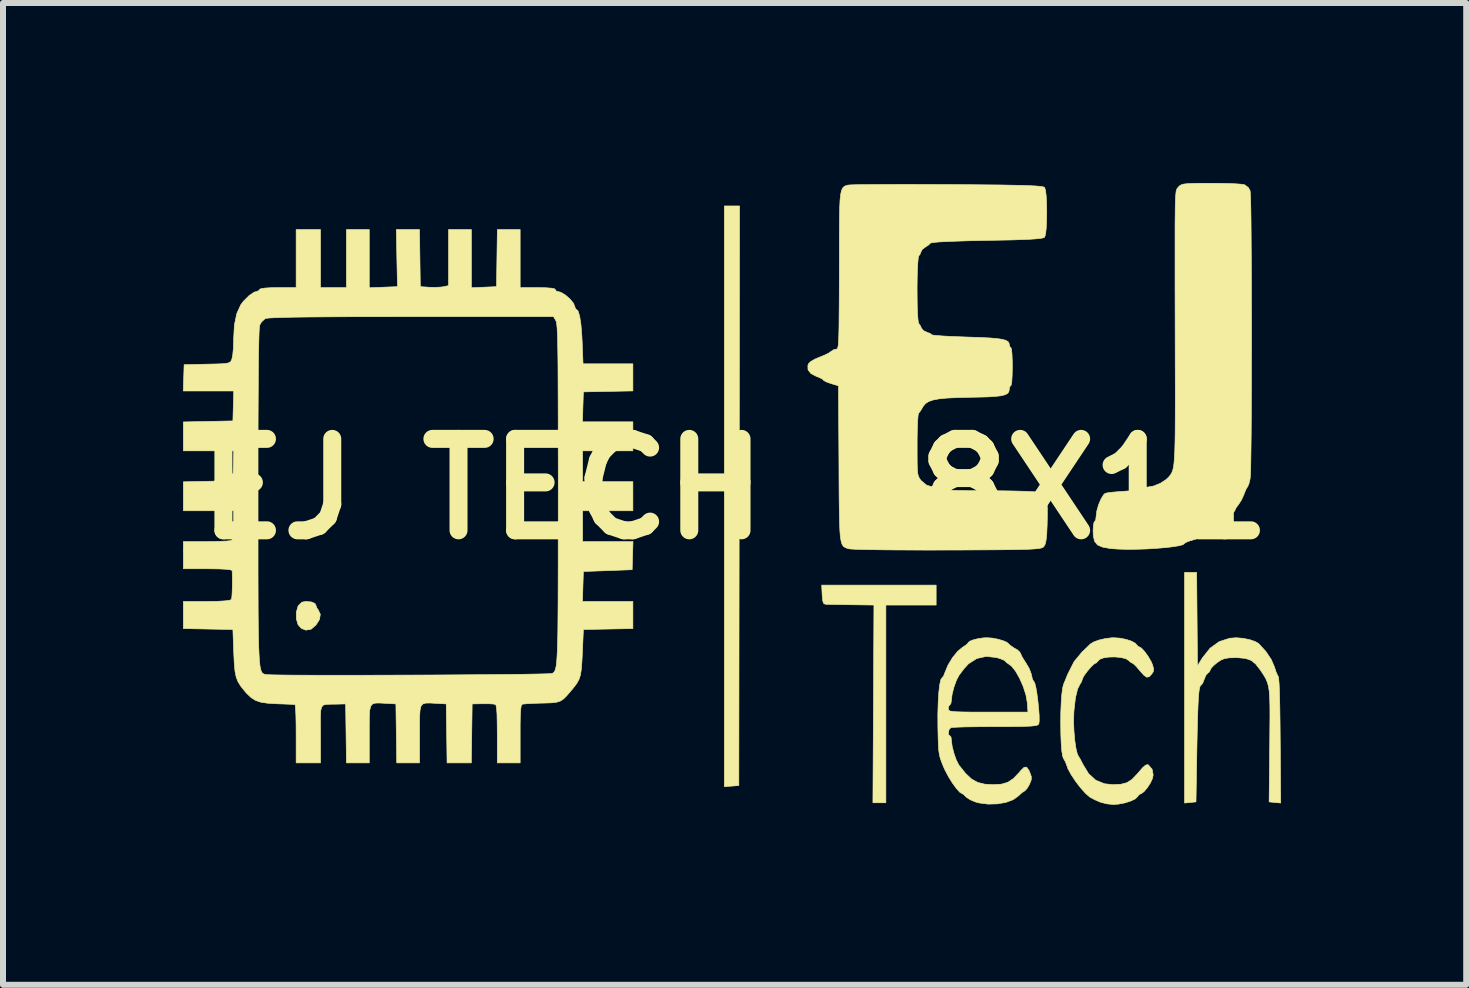
<source format=kicad_pcb>
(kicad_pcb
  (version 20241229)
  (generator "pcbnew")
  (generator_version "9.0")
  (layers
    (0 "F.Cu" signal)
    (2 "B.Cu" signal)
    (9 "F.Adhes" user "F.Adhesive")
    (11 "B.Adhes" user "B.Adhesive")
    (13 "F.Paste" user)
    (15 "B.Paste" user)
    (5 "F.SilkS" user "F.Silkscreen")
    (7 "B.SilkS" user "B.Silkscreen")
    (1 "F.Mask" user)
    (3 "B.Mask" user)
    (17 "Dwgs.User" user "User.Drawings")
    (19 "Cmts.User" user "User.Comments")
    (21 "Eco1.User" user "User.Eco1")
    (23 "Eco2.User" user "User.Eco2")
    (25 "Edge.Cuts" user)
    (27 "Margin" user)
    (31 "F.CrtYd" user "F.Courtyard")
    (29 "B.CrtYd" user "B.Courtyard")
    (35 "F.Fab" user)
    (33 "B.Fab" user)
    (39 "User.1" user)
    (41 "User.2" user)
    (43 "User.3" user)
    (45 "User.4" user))
  (footprint "EJ TECH 18X11"
    (layer "F.Cu")
    (at 9.201 5.1)
    (property "Reference" "EJ TECH 18X11" (at 0 0 0) (layer "F.SilkS") (effects (font (size 1.524 1.524) (thickness 0.3))))
    (attr through_hole)
    (fp_poly (pts (xy 0.07 0.113) (xy 0.064 4.944) (xy -0.178 4.962) (xy -0.178 -4.717) (xy 0.076 -4.717) (xy 0.07 0.113)) (stroke (width 0.01) (type solid)) (fill yes) (layer "F.SilkS"))
    (fp_poly (pts (xy -7.057 1.884) (xy -7 1.91) (xy -6.985 1.941) (xy -6.969 1.984) (xy -6.947 2.015) (xy -6.912 2.09) (xy -6.926 2.176) (xy -6.984 2.267) (xy -7.067 2.339) (xy -7.153 2.353) (xy -7.23 2.323) (xy -7.283 2.262) (xy -7.311 2.167) (xy -7.313 2.059) (xy -7.285 1.959) (xy -7.276 1.942) (xy -7.218 1.887) (xy -7.151 1.875) (xy -7.057 1.884)) (stroke (width 0.01) (type solid)) (fill yes) (layer "F.SilkS"))
    (fp_poly (pts (xy 3.353 1.935) (xy 2.515 1.935) (xy 2.515 5.231) (xy 2.299 5.231) (xy 2.308 3.583) (xy 2.316 1.935) (xy 1.939 1.93) (xy 1.802 1.928) (xy 1.68 1.926) (xy 1.584 1.924) (xy 1.523 1.923) (xy 1.511 1.922) (xy 1.481 1.911) (xy 1.464 1.873) (xy 1.455 1.794) (xy 1.453 1.761) (xy 1.445 1.603) (xy 3.353 1.603) (xy 3.353 1.935)) (stroke (width 0.01) (type solid)) (fill yes) (layer "F.SilkS"))
    (fp_poly (pts (xy 7.709 2.948) (xy 7.789 2.818) (xy 7.919 2.654) (xy 8.072 2.544) (xy 8.248 2.488) (xy 8.357 2.48) (xy 8.47 2.49) (xy 8.583 2.513) (xy 8.676 2.546) (xy 8.729 2.578) (xy 8.848 2.708) (xy 8.938 2.842) (xy 8.992 2.967) (xy 8.992 2.967) (xy 9.019 3.051) (xy 9.045 3.109) (xy 9.054 3.121) (xy 9.062 3.158) (xy 9.07 3.254) (xy 9.076 3.408) (xy 9.081 3.618) (xy 9.085 3.883) (xy 9.088 4.189) (xy 9.096 5.235) (xy 8.999 5.226) (xy 8.903 5.216) (xy 8.913 4.278) (xy 8.915 4.005) (xy 8.917 3.784) (xy 8.916 3.61) (xy 8.912 3.473) (xy 8.904 3.367) (xy 8.891 3.284) (xy 8.871 3.217) (xy 8.845 3.158) (xy 8.811 3.1) (xy 8.768 3.035) (xy 8.753 3.013) (xy 8.679 2.918) (xy 8.603 2.857) (xy 8.51 2.825) (xy 8.386 2.813) (xy 8.341 2.812) (xy 8.234 2.815) (xy 8.158 2.828) (xy 8.096 2.854) (xy 8.035 2.895) (xy 7.972 2.949) (xy 7.932 2.995) (xy 7.925 3.013) (xy 7.904 3.053) (xy 7.885 3.066) (xy 7.85 3.105) (xy 7.82 3.175) (xy 7.82 3.175) (xy 7.796 3.238) (xy 7.774 3.266) (xy 7.773 3.266) (xy 7.758 3.276) (xy 7.745 3.311) (xy 7.734 3.375) (xy 7.725 3.474) (xy 7.718 3.613) (xy 7.711 3.797) (xy 7.705 4.031) (xy 7.699 4.321) (xy 7.699 4.324) (xy 7.684 5.216) (xy 7.493 5.235) (xy 7.493 1.391) (xy 7.695 1.391) (xy 7.709 2.948)) (stroke (width 0.01) (type solid)) (fill yes) (layer "F.SilkS"))
    (fp_poly (pts (xy 6.417 2.487) (xy 6.521 2.508) (xy 6.611 2.538) (xy 6.672 2.572) (xy 6.688 2.59) (xy 6.722 2.627) (xy 6.736 2.631) (xy 6.776 2.654) (xy 6.83 2.713) (xy 6.887 2.792) (xy 6.936 2.876) (xy 6.958 2.926) (xy 6.978 2.998) (xy 6.972 3.046) (xy 6.946 3.085) (xy 6.904 3.13) (xy 6.864 3.138) (xy 6.816 3.105) (xy 6.748 3.029) (xy 6.744 3.024) (xy 6.686 2.957) (xy 6.64 2.913) (xy 6.622 2.903) (xy 6.588 2.884) (xy 6.566 2.862) (xy 6.514 2.829) (xy 6.432 2.809) (xy 6.333 2.8) (xy 6.232 2.802) (xy 6.142 2.816) (xy 6.076 2.841) (xy 6.05 2.871) (xy 6.02 2.901) (xy 6.011 2.903) (xy 5.977 2.924) (xy 5.925 2.976) (xy 5.868 3.044) (xy 5.819 3.11) (xy 5.793 3.16) (xy 5.791 3.169) (xy 5.775 3.216) (xy 5.758 3.241) (xy 5.711 3.333) (xy 5.675 3.481) (xy 5.651 3.686) (xy 5.648 3.733) (xy 5.644 3.879) (xy 5.65 4.035) (xy 5.663 4.186) (xy 5.682 4.317) (xy 5.705 4.414) (xy 5.724 4.454) (xy 5.756 4.505) (xy 5.794 4.58) (xy 5.798 4.588) (xy 5.895 4.747) (xy 6.014 4.855) (xy 6.16 4.914) (xy 6.302 4.929) (xy 6.433 4.922) (xy 6.532 4.896) (xy 6.616 4.843) (xy 6.702 4.753) (xy 6.721 4.731) (xy 6.794 4.647) (xy 6.843 4.604) (xy 6.878 4.595) (xy 6.892 4.601) (xy 6.953 4.672) (xy 6.97 4.767) (xy 6.959 4.824) (xy 6.925 4.899) (xy 6.874 4.978) (xy 6.819 5.043) (xy 6.773 5.078) (xy 6.764 5.08) (xy 6.727 5.103) (xy 6.711 5.129) (xy 6.67 5.167) (xy 6.593 5.203) (xy 6.494 5.234) (xy 6.388 5.254) (xy 6.3 5.259) (xy 6.201 5.249) (xy 6.101 5.224) (xy 6.083 5.218) (xy 5.999 5.181) (xy 5.921 5.14) (xy 5.911 5.133) (xy 5.842 5.073) (xy 5.759 4.98) (xy 5.675 4.87) (xy 5.601 4.758) (xy 5.549 4.662) (xy 5.538 4.63) (xy 5.51 4.554) (xy 5.484 4.506) (xy 5.48 4.502) (xy 5.462 4.458) (xy 5.447 4.365) (xy 5.437 4.235) (xy 5.431 4.079) (xy 5.429 3.909) (xy 5.43 3.737) (xy 5.437 3.573) (xy 5.447 3.429) (xy 5.461 3.317) (xy 5.479 3.251) (xy 5.508 3.182) (xy 5.543 3.095) (xy 5.548 3.084) (xy 5.652 2.878) (xy 5.787 2.715) (xy 5.798 2.705) (xy 5.862 2.645) (xy 5.912 2.596) (xy 5.925 2.583) (xy 5.98 2.55) (xy 6.068 2.518) (xy 6.173 2.494) (xy 6.277 2.481) (xy 6.312 2.48) (xy 6.417 2.487)) (stroke (width 0.01) (type solid)) (fill yes) (layer "F.SilkS"))
    (fp_poly (pts (xy 8.089 -5.094) (xy 8.233 -5.091) (xy 8.354 -5.086) (xy 8.443 -5.079) (xy 8.491 -5.072) (xy 8.491 -5.072) (xy 8.557 -5.024) (xy 8.586 -4.971) (xy 8.59 -4.928) (xy 8.594 -4.83) (xy 8.598 -4.683) (xy 8.601 -4.492) (xy 8.603 -4.264) (xy 8.605 -4.004) (xy 8.607 -3.718) (xy 8.609 -3.411) (xy 8.609 -3.09) (xy 8.61 -2.76) (xy 8.61 -2.426) (xy 8.609 -2.095) (xy 8.609 -1.772) (xy 8.607 -1.463) (xy 8.606 -1.174) (xy 8.604 -0.91) (xy 8.601 -0.677) (xy 8.598 -0.48) (xy 8.595 -0.327) (xy 8.591 -0.221) (xy 8.586 -0.169) (xy 8.567 -0.09) (xy 8.546 -0.039) (xy 8.541 -0.033) (xy 8.518 0.005) (xy 8.489 0.075) (xy 8.484 0.091) (xy 8.443 0.182) (xy 8.393 0.26) (xy 8.39 0.263) (xy 8.349 0.319) (xy 8.331 0.361) (xy 8.331 0.361) (xy 8.311 0.39) (xy 8.293 0.393) (xy 8.259 0.414) (xy 8.255 0.432) (xy 8.235 0.471) (xy 8.185 0.519) (xy 8.172 0.528) (xy 8.111 0.576) (xy 8.068 0.616) (xy 8.065 0.621) (xy 8.025 0.655) (xy 7.961 0.692) (xy 7.95 0.697) (xy 7.883 0.733) (xy 7.836 0.769) (xy 7.832 0.773) (xy 7.792 0.797) (xy 7.72 0.825) (xy 7.648 0.846) (xy 7.567 0.87) (xy 7.511 0.893) (xy 7.493 0.908) (xy 7.469 0.928) (xy 7.402 0.946) (xy 7.3 0.963) (xy 7.171 0.978) (xy 7.024 0.99) (xy 6.865 1) (xy 6.703 1.005) (xy 6.546 1.007) (xy 6.401 1.003) (xy 6.278 0.995) (xy 6.251 0.992) (xy 6.125 0.969) (xy 6.043 0.933) (xy 5.995 0.875) (xy 5.973 0.786) (xy 5.969 0.697) (xy 5.974 0.61) (xy 5.985 0.555) (xy 5.994 0.544) (xy 6.012 0.518) (xy 6.02 0.454) (xy 6.02 0.449) (xy 6.032 0.361) (xy 6.062 0.258) (xy 6.104 0.162) (xy 6.147 0.093) (xy 6.17 0.074) (xy 6.211 0.064) (xy 6.29 0.054) (xy 6.396 0.045) (xy 6.496 0.038) (xy 6.61 0.029) (xy 6.702 0.018) (xy 6.763 0.006) (xy 6.782 -0.004) (xy 6.804 -0.021) (xy 6.859 -0.03) (xy 6.87 -0.03) (xy 6.975 -0.048) (xy 7.089 -0.094) (xy 7.187 -0.158) (xy 7.225 -0.194) (xy 7.247 -0.22) (xy 7.266 -0.245) (xy 7.282 -0.274) (xy 7.296 -0.311) (xy 7.308 -0.359) (xy 7.317 -0.424) (xy 7.324 -0.509) (xy 7.33 -0.62) (xy 7.334 -0.759) (xy 7.337 -0.933) (xy 7.338 -1.144) (xy 7.339 -1.398) (xy 7.339 -1.698) (xy 7.338 -2.049) (xy 7.337 -2.455) (xy 7.337 -2.552) (xy 7.336 -2.991) (xy 7.335 -3.373) (xy 7.335 -3.702) (xy 7.335 -3.983) (xy 7.335 -4.22) (xy 7.335 -4.416) (xy 7.337 -4.575) (xy 7.338 -4.702) (xy 7.341 -4.801) (xy 7.344 -4.875) (xy 7.349 -4.929) (xy 7.354 -4.966) (xy 7.361 -4.99) (xy 7.369 -5.006) (xy 7.378 -5.018) (xy 7.388 -5.029) (xy 7.393 -5.035) (xy 7.414 -5.056) (xy 7.441 -5.071) (xy 7.481 -5.082) (xy 7.543 -5.089) (xy 7.633 -5.093) (xy 7.759 -5.095) (xy 7.928 -5.095) (xy 7.932 -5.095) (xy 8.089 -5.094)) (stroke (width 0.01) (type solid)) (fill yes) (layer "F.SilkS"))
    (fp_poly (pts (xy 4.287 2.486) (xy 4.382 2.504) (xy 4.469 2.529) (xy 4.53 2.555) (xy 4.547 2.569) (xy 4.589 2.608) (xy 4.651 2.651) (xy 4.705 2.68) (xy 4.749 2.721) (xy 4.762 2.747) (xy 4.786 2.8) (xy 4.831 2.873) (xy 4.851 2.903) (xy 4.903 2.991) (xy 4.938 3.083) (xy 4.943 3.107) (xy 4.959 3.174) (xy 4.978 3.205) (xy 4.979 3.205) (xy 4.996 3.233) (xy 5.015 3.307) (xy 5.033 3.413) (xy 5.049 3.536) (xy 5.062 3.662) (xy 5.07 3.778) (xy 5.071 3.868) (xy 5.065 3.913) (xy 5.055 3.928) (xy 5.033 3.939) (xy 4.992 3.947) (xy 4.929 3.953) (xy 4.835 3.957) (xy 4.708 3.96) (xy 4.54 3.961) (xy 4.343 3.961) (xy 4.157 3.962) (xy 3.986 3.964) (xy 3.838 3.966) (xy 3.719 3.97) (xy 3.637 3.974) (xy 3.597 3.979) (xy 3.596 3.98) (xy 3.567 4.013) (xy 3.556 4.064) (xy 3.565 4.104) (xy 3.581 4.112) (xy 3.601 4.138) (xy 3.607 4.187) (xy 3.619 4.286) (xy 3.649 4.405) (xy 3.689 4.519) (xy 3.731 4.601) (xy 3.732 4.602) (xy 3.843 4.741) (xy 3.943 4.835) (xy 4.045 4.892) (xy 4.165 4.921) (xy 4.31 4.929) (xy 4.443 4.92) (xy 4.548 4.889) (xy 4.642 4.826) (xy 4.741 4.722) (xy 4.763 4.694) (xy 4.82 4.639) (xy 4.861 4.637) (xy 4.9 4.692) (xy 4.914 4.724) (xy 4.939 4.794) (xy 4.938 4.848) (xy 4.911 4.918) (xy 4.91 4.921) (xy 4.87 4.99) (xy 4.83 5.033) (xy 4.825 5.035) (xy 4.778 5.066) (xy 4.726 5.115) (xy 4.639 5.178) (xy 4.517 5.224) (xy 4.373 5.249) (xy 4.22 5.253) (xy 4.071 5.234) (xy 4.008 5.217) (xy 3.928 5.184) (xy 3.865 5.145) (xy 3.847 5.129) (xy 3.808 5.09) (xy 3.788 5.08) (xy 3.748 5.056) (xy 3.69 4.992) (xy 3.624 4.901) (xy 3.558 4.795) (xy 3.5 4.685) (xy 3.479 4.639) (xy 3.446 4.558) (xy 3.422 4.491) (xy 3.406 4.424) (xy 3.395 4.346) (xy 3.389 4.242) (xy 3.385 4.101) (xy 3.382 3.963) (xy 3.381 3.75) (xy 3.384 3.659) (xy 3.556 3.659) (xy 3.558 3.677) (xy 3.566 3.691) (xy 3.588 3.702) (xy 3.628 3.709) (xy 3.692 3.714) (xy 3.787 3.717) (xy 3.917 3.719) (xy 4.089 3.719) (xy 4.22 3.719) (xy 4.883 3.719) (xy 4.872 3.561) (xy 4.85 3.435) (xy 4.805 3.295) (xy 4.745 3.158) (xy 4.678 3.039) (xy 4.611 2.955) (xy 4.584 2.934) (xy 4.53 2.896) (xy 4.501 2.868) (xy 4.501 2.867) (xy 4.473 2.849) (xy 4.412 2.826) (xy 4.359 2.81) (xy 4.187 2.791) (xy 4.03 2.826) (xy 3.892 2.914) (xy 3.819 2.994) (xy 3.776 3.051) (xy 3.735 3.105) (xy 3.691 3.189) (xy 3.649 3.305) (xy 3.618 3.427) (xy 3.607 3.524) (xy 3.598 3.58) (xy 3.581 3.598) (xy 3.561 3.624) (xy 3.556 3.659) (xy 3.384 3.659) (xy 3.387 3.558) (xy 3.397 3.393) (xy 3.412 3.264) (xy 3.431 3.178) (xy 3.453 3.145) (xy 3.455 3.145) (xy 3.476 3.119) (xy 3.5 3.058) (xy 3.501 3.056) (xy 3.551 2.936) (xy 3.625 2.813) (xy 3.711 2.707) (xy 3.791 2.64) (xy 3.85 2.602) (xy 3.883 2.571) (xy 3.886 2.564) (xy 3.909 2.54) (xy 3.969 2.516) (xy 4.052 2.495) (xy 4.144 2.482) (xy 4.201 2.48) (xy 4.287 2.486)) (stroke (width 0.01) (type solid)) (fill yes) (layer "F.SilkS"))
    (fp_poly (pts (xy 2.971 -5.076) (xy 3.237 -5.075) (xy 3.517 -5.074) (xy 3.548 -5.074) (xy 3.884 -5.072) (xy 4.172 -5.069) (xy 4.416 -5.067) (xy 4.619 -5.063) (xy 4.784 -5.06) (xy 4.915 -5.055) (xy 5.014 -5.05) (xy 5.085 -5.044) (xy 5.132 -5.037) (xy 5.156 -5.029) (xy 5.161 -5.026) (xy 5.176 -4.977) (xy 5.187 -4.884) (xy 5.194 -4.76) (xy 5.196 -4.62) (xy 5.194 -4.479) (xy 5.188 -4.352) (xy 5.178 -4.254) (xy 5.163 -4.2) (xy 5.161 -4.197) (xy 5.141 -4.186) (xy 5.096 -4.177) (xy 5.023 -4.169) (xy 4.917 -4.162) (xy 4.776 -4.156) (xy 4.594 -4.15) (xy 4.368 -4.146) (xy 4.202 -4.143) (xy 3.94 -4.138) (xy 3.718 -4.131) (xy 3.536 -4.124) (xy 3.398 -4.117) (xy 3.305 -4.108) (xy 3.26 -4.099) (xy 3.257 -4.097) (xy 3.222 -4.063) (xy 3.169 -4.029) (xy 3.119 -3.99) (xy 3.099 -3.949) (xy 3.08 -3.902) (xy 3.067 -3.893) (xy 3.056 -3.86) (xy 3.048 -3.778) (xy 3.041 -3.659) (xy 3.037 -3.515) (xy 3.035 -3.357) (xy 3.036 -3.196) (xy 3.038 -3.045) (xy 3.043 -2.914) (xy 3.051 -2.816) (xy 3.06 -2.763) (xy 3.064 -2.757) (xy 3.094 -2.713) (xy 3.106 -2.683) (xy 3.141 -2.639) (xy 3.2 -2.611) (xy 3.253 -2.592) (xy 3.277 -2.572) (xy 3.277 -2.571) (xy 3.301 -2.564) (xy 3.369 -2.557) (xy 3.474 -2.549) (xy 3.608 -2.542) (xy 3.765 -2.536) (xy 3.871 -2.532) (xy 4.081 -2.525) (xy 4.246 -2.517) (xy 4.371 -2.506) (xy 4.46 -2.493) (xy 4.52 -2.475) (xy 4.555 -2.452) (xy 4.57 -2.423) (xy 4.572 -2.403) (xy 4.586 -2.363) (xy 4.597 -2.359) (xy 4.609 -2.33) (xy 4.617 -2.249) (xy 4.622 -2.124) (xy 4.623 -2.041) (xy 4.62 -1.896) (xy 4.614 -1.79) (xy 4.604 -1.732) (xy 4.597 -1.724) (xy 4.577 -1.698) (xy 4.572 -1.664) (xy 4.566 -1.625) (xy 4.546 -1.594) (xy 4.505 -1.571) (xy 4.439 -1.554) (xy 4.34 -1.542) (xy 4.205 -1.534) (xy 4.027 -1.53) (xy 3.927 -1.528) (xy 3.709 -1.523) (xy 3.536 -1.515) (xy 3.402 -1.502) (xy 3.301 -1.483) (xy 3.227 -1.457) (xy 3.175 -1.423) (xy 3.138 -1.379) (xy 3.129 -1.363) (xy 3.091 -1.3) (xy 3.062 -1.264) (xy 3.052 -1.227) (xy 3.045 -1.136) (xy 3.039 -1) (xy 3.036 -0.826) (xy 3.036 -0.734) (xy 3.036 -0.548) (xy 3.037 -0.412) (xy 3.041 -0.317) (xy 3.047 -0.252) (xy 3.059 -0.208) (xy 3.076 -0.175) (xy 3.099 -0.143) (xy 3.101 -0.141) (xy 3.194 -0.063) (xy 3.273 -0.039) (xy 3.338 -0.023) (xy 3.375 -0.003) (xy 3.378 0.004) (xy 3.403 0.01) (xy 3.472 0.016) (xy 3.58 0.021) (xy 3.721 0.025) (xy 3.889 0.028) (xy 4.077 0.03) (xy 4.2 0.03) (xy 4.459 0.031) (xy 4.678 0.035) (xy 4.854 0.04) (xy 4.986 0.047) (xy 5.071 0.056) (xy 5.101 0.063) (xy 5.146 0.091) (xy 5.177 0.135) (xy 5.196 0.207) (xy 5.206 0.313) (xy 5.206 0.465) (xy 5.203 0.605) (xy 5.196 0.756) (xy 5.185 0.857) (xy 5.17 0.922) (xy 5.148 0.96) (xy 5.136 0.971) (xy 5.118 0.98) (xy 5.089 0.988) (xy 5.046 0.995) (xy 4.984 1) (xy 4.901 1.005) (xy 4.793 1.008) (xy 4.654 1.011) (xy 4.483 1.013) (xy 4.274 1.015) (xy 4.024 1.016) (xy 3.73 1.018) (xy 3.536 1.018) (xy 3.24 1.019) (xy 2.963 1.018) (xy 2.708 1.017) (xy 2.48 1.015) (xy 2.283 1.012) (xy 2.121 1.009) (xy 1.999 1.005) (xy 1.919 1) (xy 1.889 0.996) (xy 1.854 0.983) (xy 1.825 0.97) (xy 1.801 0.949) (xy 1.782 0.917) (xy 1.768 0.867) (xy 1.756 0.794) (xy 1.748 0.693) (xy 1.743 0.558) (xy 1.739 0.385) (xy 1.736 0.167) (xy 1.734 -0.101) (xy 1.733 -0.424) (xy 1.733 -0.425) (xy 1.725 -1.719) (xy 1.599 -1.757) (xy 1.528 -1.782) (xy 1.482 -1.806) (xy 1.473 -1.816) (xy 1.451 -1.835) (xy 1.395 -1.862) (xy 1.357 -1.876) (xy 1.266 -1.923) (xy 1.217 -1.986) (xy 1.215 -2.06) (xy 1.227 -2.09) (xy 1.264 -2.125) (xy 1.334 -2.165) (xy 1.408 -2.196) (xy 1.494 -2.231) (xy 1.564 -2.266) (xy 1.596 -2.289) (xy 1.649 -2.323) (xy 1.678 -2.328) (xy 1.698 -2.332) (xy 1.712 -2.351) (xy 1.721 -2.393) (xy 1.727 -2.469) (xy 1.731 -2.587) (xy 1.734 -2.729) (xy 1.735 -2.868) (xy 1.737 -3.054) (xy 1.738 -3.275) (xy 1.739 -3.52) (xy 1.74 -3.774) (xy 1.74 -4.022) (xy 1.74 -4.296) (xy 1.742 -4.515) (xy 1.745 -4.687) (xy 1.751 -4.817) (xy 1.762 -4.912) (xy 1.776 -4.977) (xy 1.797 -5.019) (xy 1.823 -5.044) (xy 1.857 -5.058) (xy 1.886 -5.065) (xy 1.926 -5.068) (xy 2.011 -5.071) (xy 2.139 -5.073) (xy 2.303 -5.074) (xy 2.5 -5.075) (xy 2.724 -5.076) (xy 2.971 -5.076)) (stroke (width 0.01) (type solid)) (fill yes) (layer "F.SilkS"))
    (fp_poly (pts (xy -6.909 -3.356) (xy -6.477 -3.356) (xy -6.477 -4.324) (xy -6.096 -4.324) (xy -6.096 -3.354) (xy -5.861 -3.363) (xy -5.626 -3.372) (xy -5.636 -3.848) (xy -5.645 -4.324) (xy -5.259 -4.324) (xy -5.245 -3.372) (xy -5.093 -3.362) (xy -4.994 -3.36) (xy -4.902 -3.365) (xy -4.858 -3.371) (xy -4.775 -3.389) (xy -4.775 -4.324) (xy -4.394 -4.324) (xy -4.394 -3.354) (xy -4.185 -3.363) (xy -3.975 -3.372) (xy -3.968 -3.848) (xy -3.961 -4.324) (xy -3.581 -4.324) (xy -3.581 -3.356) (xy -3.289 -3.356) (xy -3.159 -3.354) (xy -3.064 -3.347) (xy -3.008 -3.336) (xy -2.997 -3.326) (xy -2.978 -3.297) (xy -2.969 -3.296) (xy -2.901 -3.277) (xy -2.822 -3.229) (xy -2.748 -3.163) (xy -2.691 -3.094) (xy -2.668 -3.033) (xy -2.668 -3.031) (xy -2.652 -2.996) (xy -2.644 -2.994) (xy -2.615 -2.964) (xy -2.589 -2.879) (xy -2.568 -2.743) (xy -2.553 -2.56) (xy -2.547 -2.442) (xy -2.533 -2.086) (xy -1.702 -2.086) (xy -1.702 -1.634) (xy -2.115 -1.626) (xy -2.527 -1.618) (xy -2.535 -1.368) (xy -2.542 -1.119) (xy -1.702 -1.119) (xy -1.702 -0.635) (xy -2.54 -0.635) (xy -2.54 -0.121) (xy -1.702 -0.121) (xy -1.702 0.363) (xy -2.54 0.363) (xy -2.54 0.877) (xy -1.7 0.877) (xy -1.714 1.346) (xy -2.527 1.376) (xy -2.535 1.625) (xy -2.542 1.875) (xy -1.702 1.875) (xy -1.702 2.101) (xy -1.702 2.327) (xy -2.115 2.335) (xy -2.527 2.343) (xy -2.542 2.691) (xy -2.551 2.87) (xy -2.561 3.002) (xy -2.576 3.099) (xy -2.6 3.175) (xy -2.637 3.241) (xy -2.69 3.312) (xy -2.735 3.366) (xy -2.803 3.445) (xy -2.857 3.5) (xy -2.91 3.535) (xy -2.974 3.555) (xy -3.06 3.565) (xy -3.181 3.569) (xy -3.243 3.57) (xy -3.359 3.574) (xy -3.456 3.579) (xy -3.525 3.585) (xy -3.55 3.59) (xy -3.563 3.614) (xy -3.572 3.674) (xy -3.578 3.777) (xy -3.581 3.931) (xy -3.581 4.085) (xy -3.581 4.566) (xy -3.962 4.566) (xy -3.962 4.085) (xy -3.964 3.89) (xy -3.967 3.749) (xy -3.974 3.657) (xy -3.984 3.605) (xy -3.994 3.591) (xy -4.034 3.584) (xy -4.109 3.58) (xy -4.202 3.58) (xy -4.204 3.58) (xy -4.381 3.583) (xy -4.388 4.075) (xy -4.395 4.566) (xy -4.799 4.566) (xy -4.813 3.583) (xy -4.978 3.574) (xy -5.079 3.568) (xy -5.153 3.569) (xy -5.203 3.584) (xy -5.234 3.621) (xy -5.25 3.69) (xy -5.257 3.797) (xy -5.258 3.952) (xy -5.258 4.083) (xy -5.258 4.566) (xy -5.638 4.566) (xy -5.652 3.583) (xy -5.816 3.574) (xy -5.917 3.568) (xy -5.991 3.569) (xy -6.041 3.584) (xy -6.072 3.621) (xy -6.089 3.69) (xy -6.095 3.797) (xy -6.096 3.952) (xy -6.096 4.083) (xy -6.096 4.566) (xy -6.476 4.566) (xy -6.49 3.583) (xy -6.642 3.587) (xy -6.742 3.588) (xy -6.814 3.591) (xy -6.862 3.603) (xy -6.89 3.635) (xy -6.905 3.693) (xy -6.91 3.788) (xy -6.91 3.927) (xy -6.909 4.082) (xy -6.909 4.566) (xy -7.315 4.566) (xy -7.315 4.082) (xy -7.316 3.918) (xy -7.319 3.778) (xy -7.324 3.671) (xy -7.33 3.607) (xy -7.334 3.594) (xy -7.366 3.592) (xy -7.437 3.588) (xy -7.537 3.584) (xy -7.631 3.581) (xy -7.786 3.572) (xy -7.902 3.555) (xy -7.991 3.525) (xy -8.065 3.478) (xy -8.137 3.41) (xy -8.169 3.373) (xy -8.235 3.291) (xy -8.282 3.217) (xy -8.314 3.137) (xy -8.334 3.038) (xy -8.346 2.906) (xy -8.355 2.728) (xy -8.355 2.721) (xy -8.369 2.343) (xy -8.782 2.335) (xy -9.195 2.327) (xy -9.195 1.875) (xy -8.803 1.875) (xy -8.634 1.873) (xy -8.507 1.866) (xy -8.426 1.856) (xy -8.394 1.842) (xy -8.386 1.799) (xy -8.381 1.713) (xy -8.378 1.6) (xy -8.378 1.477) (xy -8.381 1.361) (xy -8.406 1.349) (xy -8.478 1.339) (xy -8.592 1.333) (xy -8.744 1.331) (xy -8.788 1.33) (xy -9.195 1.33) (xy -9.195 0.877) (xy -8.816 0.877) (xy -8.68 0.876) (xy -8.559 0.872) (xy -8.466 0.868) (xy -8.408 0.861) (xy -8.397 0.859) (xy -8.376 0.836) (xy -8.363 0.786) (xy -8.358 0.694) (xy -8.357 0.611) (xy -7.95 0.611) (xy -7.95 1.04) (xy -7.95 1.417) (xy -7.949 1.744) (xy -7.948 2.024) (xy -7.946 2.262) (xy -7.943 2.461) (xy -7.939 2.625) (xy -7.933 2.756) (xy -7.927 2.86) (xy -7.919 2.938) (xy -7.909 2.996) (xy -7.897 3.036) (xy -7.883 3.062) (xy -7.867 3.077) (xy -7.849 3.086) (xy -7.828 3.091) (xy -7.817 3.094) (xy -7.779 3.096) (xy -7.696 3.099) (xy -7.571 3.101) (xy -7.409 3.103) (xy -7.214 3.104) (xy -6.991 3.105) (xy -6.744 3.105) (xy -6.477 3.105) (xy -6.194 3.105) (xy -5.901 3.104) (xy -5.6 3.103) (xy -5.297 3.102) (xy -4.997 3.101) (xy -4.702 3.099) (xy -4.418 3.097) (xy -4.149 3.095) (xy -3.899 3.093) (xy -3.673 3.091) (xy -3.475 3.088) (xy -3.309 3.085) (xy -3.18 3.082) (xy -3.091 3.079) (xy -3.048 3.076) (xy -3.045 3.075) (xy -3.029 3.064) (xy -3.014 3.05) (xy -3.002 3.03) (xy -2.991 2.999) (xy -2.981 2.953) (xy -2.973 2.89) (xy -2.967 2.806) (xy -2.961 2.697) (xy -2.957 2.559) (xy -2.953 2.39) (xy -2.951 2.184) (xy -2.949 1.939) (xy -2.948 1.651) (xy -2.947 1.317) (xy -2.947 0.932) (xy -2.946 0.494) (xy -2.946 0.081) (xy -2.946 -0.4) (xy -2.947 -0.824) (xy -2.947 -1.195) (xy -2.948 -1.517) (xy -2.949 -1.792) (xy -2.95 -2.025) (xy -2.952 -2.219) (xy -2.955 -2.378) (xy -2.957 -2.505) (xy -2.961 -2.604) (xy -2.965 -2.68) (xy -2.97 -2.734) (xy -2.975 -2.771) (xy -2.981 -2.795) (xy -2.986 -2.805) (xy -3.025 -2.873) (xy -5.398 -2.873) (xy -5.843 -2.872) (xy -6.238 -2.872) (xy -6.586 -2.87) (xy -6.888 -2.868) (xy -7.145 -2.866) (xy -7.358 -2.863) (xy -7.531 -2.859) (xy -7.663 -2.855) (xy -7.756 -2.85) (xy -7.813 -2.844) (xy -7.832 -2.839) (xy -7.891 -2.785) (xy -7.922 -2.732) (xy -7.927 -2.696) (xy -7.932 -2.618) (xy -7.936 -2.495) (xy -7.94 -2.325) (xy -7.943 -2.108) (xy -7.945 -1.84) (xy -7.947 -1.52) (xy -7.949 -1.146) (xy -7.95 -0.717) (xy -7.95 -0.23) (xy -7.95 0.124) (xy -7.95 0.611) (xy -8.357 0.611) (xy -8.357 0.602) (xy -8.357 0.363) (xy -9.195 0.363) (xy -9.195 -0.119) (xy -8.782 -0.128) (xy -8.369 -0.136) (xy -8.362 -0.386) (xy -8.355 -0.635) (xy -9.195 -0.635) (xy -9.195 -1.117) (xy -8.369 -1.134) (xy -8.355 -1.633) (xy -9.196 -1.633) (xy -9.189 -1.852) (xy -9.182 -2.071) (xy -8.799 -2.08) (xy -8.652 -2.083) (xy -8.547 -2.087) (xy -8.478 -2.093) (xy -8.434 -2.104) (xy -8.409 -2.119) (xy -8.395 -2.142) (xy -8.386 -2.164) (xy -8.372 -2.23) (xy -8.362 -2.336) (xy -8.357 -2.462) (xy -8.357 -2.495) (xy -8.344 -2.733) (xy -8.305 -2.922) (xy -8.238 -3.069) (xy -8.195 -3.127) (xy -8.102 -3.22) (xy -8.017 -3.279) (xy -7.96 -3.296) (xy -7.928 -3.313) (xy -7.925 -3.326) (xy -7.9 -3.339) (xy -7.831 -3.349) (xy -7.723 -3.355) (xy -7.62 -3.356) (xy -7.315 -3.356) (xy -7.315 -4.324) (xy -6.909 -4.324) (xy -6.909 -3.356)) (stroke (width 0.01) (type solid)) (fill yes) (layer "F.SilkS")))
  (gr_rect
    (start -3 -3)
    (end 21.389 13.365)
    (stroke (width 0.1) (type default))
    (fill no)
    (layer "Edge.Cuts")))
</source>
